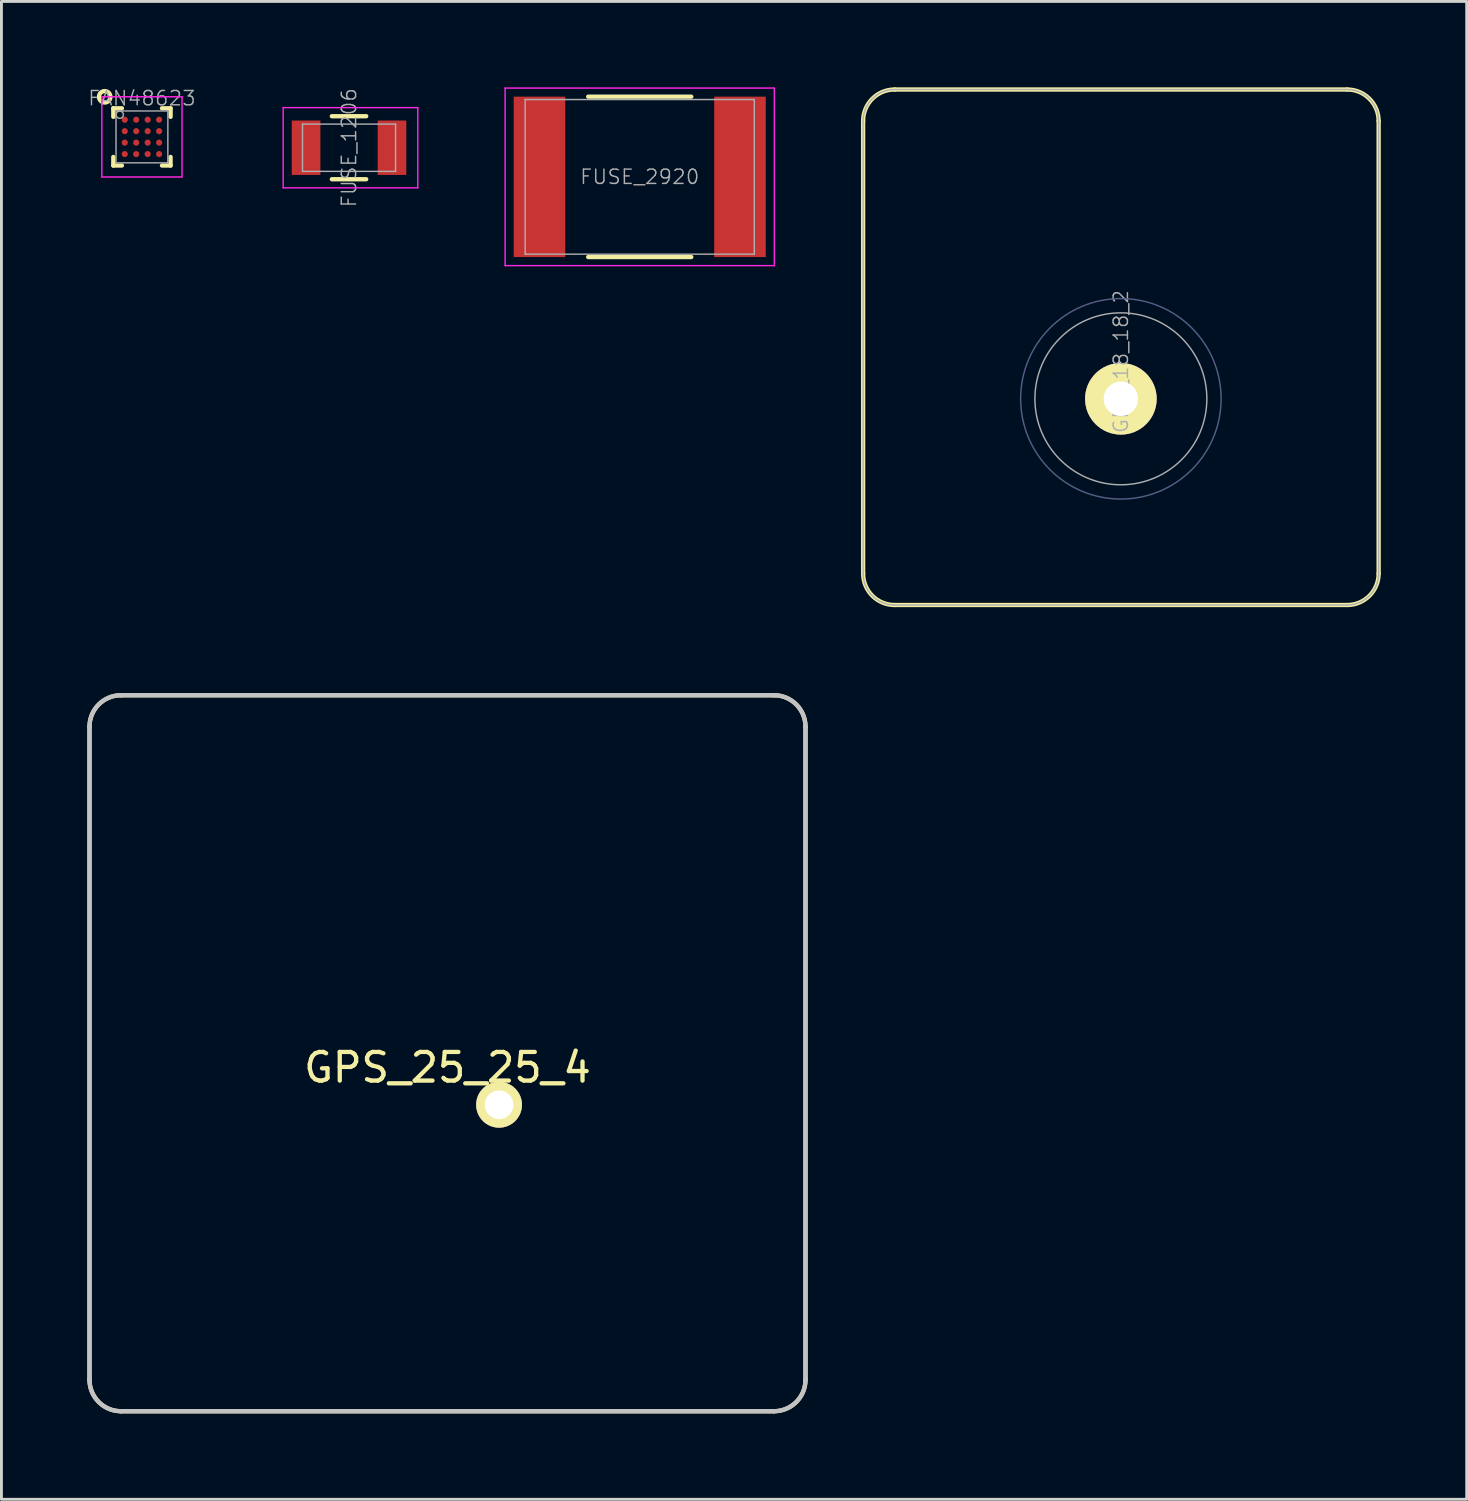
<source format=kicad_pcb>
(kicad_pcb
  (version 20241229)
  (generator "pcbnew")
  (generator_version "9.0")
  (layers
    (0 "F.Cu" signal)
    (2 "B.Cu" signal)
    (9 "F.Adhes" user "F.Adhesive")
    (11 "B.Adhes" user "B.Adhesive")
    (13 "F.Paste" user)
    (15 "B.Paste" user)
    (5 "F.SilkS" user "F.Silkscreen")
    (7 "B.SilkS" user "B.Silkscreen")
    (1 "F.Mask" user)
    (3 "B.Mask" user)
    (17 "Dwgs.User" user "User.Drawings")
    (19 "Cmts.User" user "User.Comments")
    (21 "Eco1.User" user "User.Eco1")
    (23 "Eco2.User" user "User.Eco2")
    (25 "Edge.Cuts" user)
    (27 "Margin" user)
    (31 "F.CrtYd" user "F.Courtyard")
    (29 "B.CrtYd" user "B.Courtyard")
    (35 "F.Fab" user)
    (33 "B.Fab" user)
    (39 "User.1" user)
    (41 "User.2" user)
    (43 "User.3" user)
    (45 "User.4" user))
  (footprint "GPS_25_25_4"
    (layer "F.Cu")
    (at 12.575 33.725)
    (property "Reference" "GPS_25_25_4" (at 0 0.5 0) (layer "F.SilkS") (effects (font (size 1 1) (thickness 0.15))))
    (attr through_hole)
    (fp_line (start -12.5 11.4) (end -12.5 -11.4) (stroke (width 0.15) (type solid)) (layer "F.SilkS"))
    (fp_line (start -11.4 -12.5) (end 11.4 -12.5) (stroke (width 0.15) (type solid)) (layer "F.SilkS"))
    (fp_line (start 11.4 12.5) (end -11.4 12.5) (stroke (width 0.15) (type solid)) (layer "F.SilkS"))
    (fp_line (start 12.5 -11.4) (end 12.5 11.4) (stroke (width 0.15) (type solid)) (layer "F.SilkS"))
    (fp_arc (start -12.5 -11.4) (mid -12.177817 -12.177817) (end -11.4 -12.5) (stroke (width 0.15) (type solid)) (layer "F.SilkS"))
    (fp_arc (start -11.4 12.5) (mid -12.177817 12.177817) (end -12.5 11.4) (stroke (width 0.15) (type solid)) (layer "F.SilkS"))
    (fp_arc (start 11.4 -12.5) (mid 12.177817 -12.177817) (end 12.5 -11.4) (stroke (width 0.15) (type solid)) (layer "F.SilkS"))
    (fp_arc (start 12.5 11.4) (mid 12.177817 12.177817) (end 11.4 12.5) (stroke (width 0.15) (type solid)) (layer "F.SilkS"))
    (fp_line (start -12.5 11.4) (end -12.5 -11.4) (stroke (width 0.15) (type solid)) (layer "Dwgs.User"))
    (fp_line (start -11.4 -12.5) (end 11.4 -12.5) (stroke (width 0.15) (type solid)) (layer "Dwgs.User"))
    (fp_line (start 11.4 12.5) (end -11.4 12.5) (stroke (width 0.15) (type solid)) (layer "Dwgs.User"))
    (fp_line (start 12.5 -11.4) (end 12.5 11.4) (stroke (width 0.15) (type solid)) (layer "Dwgs.User"))
    (fp_arc (start -12.5 -11.4) (mid -12.177817 -12.177817) (end -11.4 -12.5) (stroke (width 0.15) (type solid)) (layer "Dwgs.User"))
    (fp_arc (start -11.4 12.5) (mid -12.177817 12.177817) (end -12.5 11.4) (stroke (width 0.15) (type solid)) (layer "Dwgs.User"))
    (fp_arc (start 11.4 -12.5) (mid 12.177817 -12.177817) (end 12.5 -11.4) (stroke (width 0.15) (type solid)) (layer "Dwgs.User"))
    (fp_arc (start 12.5 11.4) (mid 12.177817 12.177817) (end 11.4 12.5) (stroke (width 0.15) (type solid)) (layer "Dwgs.User"))
    (pad "1" thru_hole circle (at 1.8 1.8) (size 1.6 1.6) (drill 1) (layers "*.Cu" "*.Mask" "F.SilkS")))
  (footprint "FAN48623"
    (layer "F.Cu")
    (at 1.906 1.73)
    (property "Reference" "FAN48623" (at 0 -1.35 0) (layer "F.Fab") (effects (font (size 0.5 0.5) (thickness 0.05))))
    (attr smd)
    (fp_line (start -1 -1) (end -1 -0.7) (stroke (width 0.15) (type solid)) (layer "F.SilkS"))
    (fp_line (start -1 -1) (end -0.7 -1) (stroke (width 0.15) (type solid)) (layer "F.SilkS"))
    (fp_line (start -1 1) (end -1 0.7) (stroke (width 0.15) (type solid)) (layer "F.SilkS"))
    (fp_line (start -0.7 1) (end -1 1) (stroke (width 0.15) (type solid)) (layer "F.SilkS"))
    (fp_line (start 0.7 -1) (end 1 -1) (stroke (width 0.15) (type solid)) (layer "F.SilkS"))
    (fp_line (start 1 -1) (end 1 -0.7) (stroke (width 0.15) (type solid)) (layer "F.SilkS"))
    (fp_line (start 1 0.7) (end 1 1) (stroke (width 0.15) (type solid)) (layer "F.SilkS"))
    (fp_line (start 1 1) (end 0.7 1) (stroke (width 0.15) (type solid)) (layer "F.SilkS"))
    (fp_circle (center -1.3 -1.4) (end -1.3 -1.2) (stroke (width 0.15) (type solid)) (fill no) (layer "F.SilkS"))
    (fp_line (start -1.4 -1.4) (end 1.4 -1.4) (stroke (width 0.05) (type solid)) (layer "F.CrtYd"))
    (fp_line (start -1.4 1.4) (end -1.4 -1.4) (stroke (width 0.05) (type solid)) (layer "F.CrtYd"))
    (fp_line (start 1.4 -1.4) (end 1.4 1.4) (stroke (width 0.05) (type solid)) (layer "F.CrtYd"))
    (fp_line (start 1.4 1.4) (end -1.4 1.4) (stroke (width 0.05) (type solid)) (layer "F.CrtYd"))
    (fp_line (start -0.905 -0.905) (end -0.905 0.905) (stroke (width 0.05) (type solid)) (layer "F.Fab"))
    (fp_line (start -0.905 -0.905) (end 0.905 -0.905) (stroke (width 0.05) (type solid)) (layer "F.Fab"))
    (fp_line (start -0.905 0.905) (end 0.905 0.905) (stroke (width 0.05) (type solid)) (layer "F.Fab"))
    (fp_line (start 0.905 -0.905) (end 0.905 0.905) (stroke (width 0.05) (type solid)) (layer "F.Fab"))
    (fp_circle (center -0.775 -0.775) (end -0.8 -0.65) (stroke (width 0.05) (type solid)) (fill no) (layer "F.Fab"))
    (pad "A1" smd circle (at -0.6 -0.6) (size 0.215 0.215) (layers "F.Cu" "F.Mask" "F.Paste"))
    (pad "A2" smd circle (at -0.2 -0.6 90) (size 0.215 0.215) (layers "F.Cu" "F.Mask" "F.Paste"))
    (pad "A3" smd circle (at 0.2 -0.6) (size 0.215 0.215) (layers "F.Cu" "F.Mask" "F.Paste"))
    (pad "A4" smd circle (at 0.6 -0.6) (size 0.215 0.215) (layers "F.Cu" "F.Mask" "F.Paste"))
    (pad "B1" smd circle (at -0.6 -0.2) (size 0.215 0.215) (layers "F.Cu" "F.Mask" "F.Paste"))
    (pad "B2" smd circle (at -0.2 -0.2) (size 0.215 0.215) (layers "F.Cu" "F.Mask" "F.Paste"))
    (pad "B3" smd circle (at 0.2 -0.2) (size 0.215 0.215) (layers "F.Cu" "F.Mask" "F.Paste"))
    (pad "B4" smd circle (at 0.6 -0.2) (size 0.215 0.215) (layers "F.Cu" "F.Mask" "F.Paste"))
    (pad "C1" smd circle (at -0.6 0.2) (size 0.215 0.215) (layers "F.Cu" "F.Mask" "F.Paste"))
    (pad "C2" smd circle (at -0.2 0.2) (size 0.215 0.215) (layers "F.Cu" "F.Mask" "F.Paste"))
    (pad "C3" smd circle (at 0.2 0.2) (size 0.215 0.215) (layers "F.Cu" "F.Mask" "F.Paste"))
    (pad "C4" smd circle (at 0.6 0.2) (size 0.215 0.215) (layers "F.Cu" "F.Mask" "F.Paste"))
    (pad "D1" smd circle (at -0.6 0.6) (size 0.215 0.215) (layers "F.Cu" "F.Mask" "F.Paste"))
    (pad "D2" smd circle (at -0.2 0.6) (size 0.215 0.215) (layers "F.Cu" "F.Mask" "F.Paste"))
    (pad "D3" smd circle (at 0.2 0.6) (size 0.215 0.215) (layers "F.Cu" "F.Mask" "F.Paste"))
    (pad "D4" smd circle (at 0.6 0.6) (size 0.215 0.215) (layers "F.Cu" "F.Mask" "F.Paste")))
  (footprint "GPS_18_18_2"
    (layer "F.Cu")
    (at 36.087 9.075)
    (property "Reference" "GPS_18_18_2" (at 0 0.5 270) (layer "F.Fab") (effects (font (size 0.5 0.5) (thickness 0.05))))
    (attr through_hole)
    (fp_line (start -9 7.9) (end -9 -7.9) (stroke (width 0.15) (type solid)) (layer "F.SilkS"))
    (fp_line (start -7.9 -9) (end 7.9 -9) (stroke (width 0.15) (type solid)) (layer "F.SilkS"))
    (fp_line (start 7.9 9) (end -7.9 9) (stroke (width 0.15) (type solid)) (layer "F.SilkS"))
    (fp_line (start 9 -7.9) (end 9 7.9) (stroke (width 0.15) (type solid)) (layer "F.SilkS"))
    (fp_arc (start -9 -7.9) (mid -8.677817 -8.677817) (end -7.9 -9) (stroke (width 0.15) (type solid)) (layer "F.SilkS"))
    (fp_arc (start -7.9 9) (mid -8.677817 8.677817) (end -9 7.9) (stroke (width 0.15) (type solid)) (layer "F.SilkS"))
    (fp_arc (start 7.9 -9) (mid 8.677817 -8.677817) (end 9 -7.9) (stroke (width 0.15) (type solid)) (layer "F.SilkS"))
    (fp_arc (start 9 7.9) (mid 8.677817 8.677817) (end 7.9 9) (stroke (width 0.15) (type solid)) (layer "F.SilkS"))
    (fp_circle (center 0 1.8) (end 3.5 1.8) (stroke (width 0.05) (type solid)) (fill no) (layer "B.Fab"))
    (fp_line (start -9 7.9) (end -9 -7.9) (stroke (width 0.05) (type solid)) (layer "F.Fab"))
    (fp_line (start -7.9 -9) (end 7.9 -9) (stroke (width 0.05) (type solid)) (layer "F.Fab"))
    (fp_line (start 7.9 9) (end -7.9 9) (stroke (width 0.05) (type solid)) (layer "F.Fab"))
    (fp_line (start 9 -7.9) (end 9 7.9) (stroke (width 0.05) (type solid)) (layer "F.Fab"))
    (fp_arc (start -9 -7.9) (mid -8.677817 -8.677817) (end -7.9 -9) (stroke (width 0.05) (type solid)) (layer "F.Fab"))
    (fp_arc (start -7.9 9) (mid -8.677817 8.677817) (end -9 7.9) (stroke (width 0.05) (type solid)) (layer "F.Fab"))
    (fp_arc (start 7.9 -9) (mid 8.677817 -8.677817) (end 9 -7.9) (stroke (width 0.05) (type solid)) (layer "F.Fab"))
    (fp_arc (start 9 7.9) (mid 8.677817 8.677817) (end 7.9 9) (stroke (width 0.05) (type solid)) (layer "F.Fab"))
    (fp_circle (center 0 1.8) (end 3 1.7) (stroke (width 0.05) (type solid)) (fill no) (layer "F.Fab"))
    (pad "" smd circle (at 0 1.8) (size 1.6 1.6) (layers "F.Cu" "F.Mask"))
    (pad "1" thru_hole circle (at 0 1.8) (size 2.5 2.5) (drill 1.2) (layers "B.Cu" "B.Mask" "F.SilkS")))
  (footprint "FUSE_2920"
    (layer "F.Cu")
    (at 19.287 3.125)
    (property "Reference" "FUSE_2920" (at 0 0 0) (layer "F.Fab") (effects (font (size 0.5 0.5) (thickness 0.05))))
    (attr smd)
    (fp_line (start -1.8 2.8) (end 1.8 2.8) (stroke (width 0.15) (type solid)) (layer "F.SilkS"))
    (fp_line (start 1.8 -2.8) (end -1.8 -2.8) (stroke (width 0.15) (type solid)) (layer "F.SilkS"))
    (fp_line (start -4.7 -3.1) (end -4.7 3.1) (stroke (width 0.05) (type solid)) (layer "F.CrtYd"))
    (fp_line (start -4.7 -3.1) (end 4.7 -3.1) (stroke (width 0.05) (type solid)) (layer "F.CrtYd"))
    (fp_line (start -4.7 3.1) (end 4.7 3.1) (stroke (width 0.05) (type solid)) (layer "F.CrtYd"))
    (fp_line (start 4.7 -3.1) (end 4.7 3.1) (stroke (width 0.05) (type solid)) (layer "F.CrtYd"))
    (fp_line (start -4 -2.7) (end -4 2.7) (stroke (width 0.05) (type solid)) (layer "F.Fab"))
    (fp_line (start -4 -2.7) (end 4 -2.7) (stroke (width 0.05) (type solid)) (layer "F.Fab"))
    (fp_line (start -4 2.7) (end 4 2.7) (stroke (width 0.05) (type solid)) (layer "F.Fab"))
    (fp_line (start 4 -2.7) (end 4 2.7) (stroke (width 0.05) (type solid)) (layer "F.Fab"))
    (pad "1" smd rect (at -3.5 0) (size 1.8 5.6) (layers "F.Cu" "F.Mask" "F.Paste"))
    (pad "2" smd rect (at 3.5 0) (size 1.8 5.6) (layers "F.Cu" "F.Mask" "F.Paste")))
  (footprint "FUSE_1206"
    (layer "F.Cu")
    (at 9.137 2.108)
    (property "Reference" "FUSE_1206" (at 0 0 90) (layer "F.Fab") (effects (font (size 0.5 0.5) (thickness 0.05))))
    (attr smd)
    (fp_line (start -0.6 1.1) (end 0.6 1.1) (stroke (width 0.15) (type solid)) (layer "F.SilkS"))
    (fp_line (start 0.6 -1.1) (end -0.6 -1.1) (stroke (width 0.15) (type solid)) (layer "F.SilkS"))
    (fp_line (start -2.3 -1.4) (end -2.3 1.4) (stroke (width 0.05) (type solid)) (layer "F.CrtYd"))
    (fp_line (start -2.3 -1.4) (end 2.4 -1.4) (stroke (width 0.05) (type solid)) (layer "F.CrtYd"))
    (fp_line (start -2.3 1.4) (end 2.4 1.4) (stroke (width 0.05) (type solid)) (layer "F.CrtYd"))
    (fp_line (start 2.4 -1.4) (end 2.4 1.4) (stroke (width 0.05) (type solid)) (layer "F.CrtYd"))
    (fp_line (start -1.625 -0.825) (end -1.625 0.825) (stroke (width 0.05) (type solid)) (layer "F.Fab"))
    (fp_line (start -1.625 -0.825) (end 1.625 -0.825) (stroke (width 0.05) (type solid)) (layer "F.Fab"))
    (fp_line (start -1.625 0.825) (end 1.625 0.825) (stroke (width 0.05) (type solid)) (layer "F.Fab"))
    (fp_line (start 1.625 -0.825) (end 1.625 0.825) (stroke (width 0.05) (type solid)) (layer "F.Fab"))
    (pad "1" smd rect (at -1.5 0) (size 1 1.9) (layers "F.Cu" "F.Mask" "F.Paste"))
    (pad "2" smd rect (at 1.5 0) (size 1 1.9) (layers "F.Cu" "F.Mask" "F.Paste")))
  (gr_rect
    (start -3 -3)
    (end 48.162 49.3)
    (stroke (width 0.1) (type default))
    (fill no)
    (layer "Edge.Cuts")))
</source>
